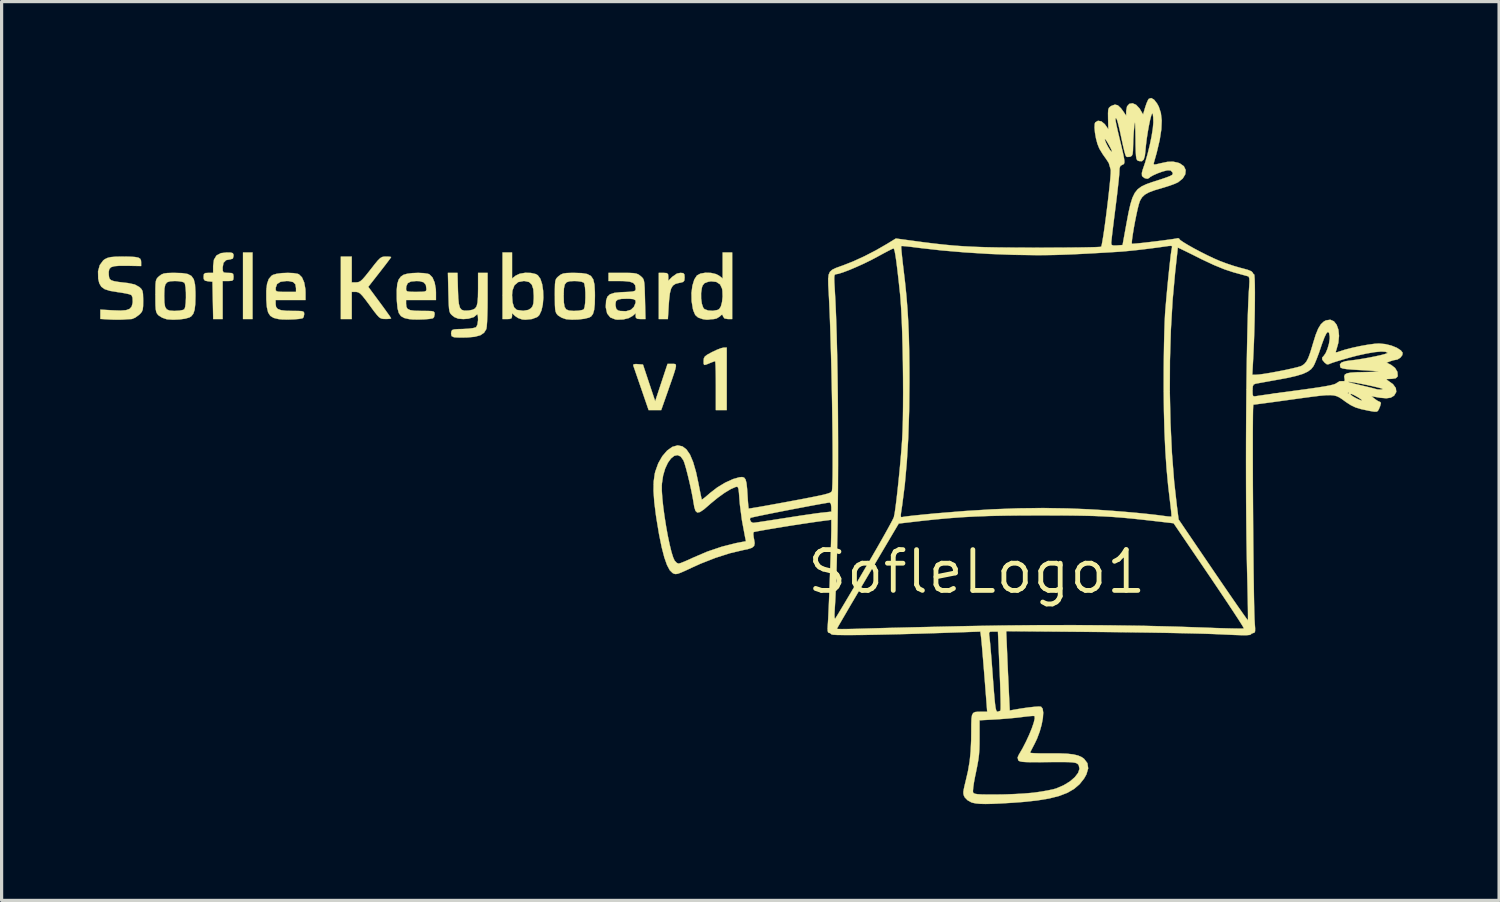
<source format=kicad_pcb>
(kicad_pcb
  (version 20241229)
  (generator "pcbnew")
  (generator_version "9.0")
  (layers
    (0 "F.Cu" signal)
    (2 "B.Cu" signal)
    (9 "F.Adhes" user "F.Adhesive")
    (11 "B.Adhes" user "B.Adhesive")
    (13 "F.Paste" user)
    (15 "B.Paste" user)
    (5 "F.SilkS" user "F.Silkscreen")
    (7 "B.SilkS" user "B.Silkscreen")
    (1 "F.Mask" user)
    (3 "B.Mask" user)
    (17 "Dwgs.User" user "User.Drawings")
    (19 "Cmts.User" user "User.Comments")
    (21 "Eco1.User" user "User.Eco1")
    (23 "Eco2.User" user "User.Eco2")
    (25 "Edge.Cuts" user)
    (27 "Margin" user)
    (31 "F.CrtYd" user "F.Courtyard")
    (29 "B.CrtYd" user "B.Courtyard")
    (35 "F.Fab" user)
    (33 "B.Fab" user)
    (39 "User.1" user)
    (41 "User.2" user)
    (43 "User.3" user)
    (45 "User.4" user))
  (footprint "SofleLogo1"
    (layer "F.Cu")
    (at 27.382 14.765)
    (property "Reference" "SofleLogo1" (at 0 0 0) (layer "F.SilkS") (effects (font (size 1.27 1.27) (thickness 0.15))))
    (attr through_hole)
    (fp_poly (pts (xy -22.564 -7.874) (xy -22.86 -7.874) (xy -22.86 -9.948) (xy -22.564 -9.948) (xy -22.564 -7.874)) (stroke (width 0.01) (type solid)) (fill yes) (layer "F.SilkS"))
    (fp_poly (pts (xy -9.658 -9.306) (xy -9.617 -9.27) (xy -9.61 -9.19) (xy -9.61 -9.066) (xy -9.486 -9.19) (xy -9.341 -9.291) (xy -9.232 -9.313) (xy -9.143 -9.305) (xy -9.108 -9.262) (xy -9.102 -9.171) (xy -9.109 -9.078) (xy -9.146 -9.031) (xy -9.238 -9.006) (xy -9.27 -9.001) (xy -9.384 -8.972) (xy -9.466 -8.917) (xy -9.522 -8.825) (xy -9.56 -8.681) (xy -9.584 -8.473) (xy -9.595 -8.326) (xy -9.623 -7.874) (xy -9.906 -7.874) (xy -9.906 -9.313) (xy -9.758 -9.313) (xy -9.658 -9.306)) (stroke (width 0.01) (type solid)) (fill yes) (layer "F.SilkS"))
    (fp_poly (pts (xy -7.789 -5.038) (xy -8.128 -5.038) (xy -8.128 -5.8) (xy -8.129 -6.043) (xy -8.132 -6.254) (xy -8.137 -6.42) (xy -8.144 -6.527) (xy -8.151 -6.562) (xy -8.201 -6.547) (xy -8.297 -6.51) (xy -8.325 -6.498) (xy -8.437 -6.453) (xy -8.491 -6.445) (xy -8.508 -6.484) (xy -8.509 -6.572) (xy -8.502 -6.648) (xy -8.471 -6.706) (xy -8.399 -6.762) (xy -8.269 -6.833) (xy -8.243 -6.847) (xy -8.095 -6.917) (xy -7.966 -6.966) (xy -7.883 -6.985) (xy -7.789 -6.985) (xy -7.789 -5.038)) (stroke (width 0.01) (type solid)) (fill yes) (layer "F.SilkS"))
    (fp_poly (pts (xy -9.396 -6.471) (xy -9.374 -6.449) (xy -9.372 -6.4) (xy -9.391 -6.314) (xy -9.432 -6.181) (xy -9.496 -5.991) (xy -9.587 -5.734) (xy -9.614 -5.654) (xy -9.831 -5.038) (xy -10.027 -5.038) (xy -10.223 -5.038) (xy -10.452 -5.705) (xy -10.53 -5.931) (xy -10.599 -6.131) (xy -10.654 -6.291) (xy -10.69 -6.395) (xy -10.701 -6.427) (xy -10.692 -6.463) (xy -10.619 -6.473) (xy -10.56 -6.469) (xy -10.399 -6.456) (xy -10.209 -5.884) (xy -10.018 -5.313) (xy -9.826 -5.895) (xy -9.633 -6.477) (xy -9.49 -6.477) (xy -9.435 -6.477) (xy -9.396 -6.471)) (stroke (width 0.01) (type solid)) (fill yes) (layer "F.SilkS"))
    (fp_poly (pts (xy -23.244 -9.945) (xy -23.18 -9.928) (xy -23.158 -9.886) (xy -23.156 -9.842) (xy -23.176 -9.76) (xy -23.244 -9.737) (xy -23.387 -9.71) (xy -23.469 -9.626) (xy -23.495 -9.481) (xy -23.491 -9.374) (xy -23.462 -9.326) (xy -23.384 -9.314) (xy -23.326 -9.313) (xy -23.217 -9.308) (xy -23.169 -9.281) (xy -23.157 -9.214) (xy -23.156 -9.186) (xy -23.163 -9.105) (xy -23.199 -9.069) (xy -23.289 -9.06) (xy -23.326 -9.059) (xy -23.495 -9.059) (xy -23.495 -7.874) (xy -23.789 -7.874) (xy -23.812 -9.038) (xy -23.95 -9.051) (xy -24.046 -9.071) (xy -24.083 -9.12) (xy -24.088 -9.189) (xy -24.079 -9.273) (xy -24.036 -9.307) (xy -23.939 -9.313) (xy -23.791 -9.313) (xy -23.791 -9.527) (xy -23.766 -9.723) (xy -23.687 -9.855) (xy -23.548 -9.928) (xy -23.37 -9.948) (xy -23.244 -9.945)) (stroke (width 0.01) (type solid)) (fill yes) (layer "F.SilkS"))
    (fp_poly (pts (xy -19.473 -9.017) (xy -19.335 -9.017) (xy -19.271 -9.023) (xy -19.211 -9.049) (xy -19.144 -9.105) (xy -19.056 -9.204) (xy -18.934 -9.356) (xy -18.885 -9.419) (xy -18.752 -9.589) (xy -18.657 -9.703) (xy -18.586 -9.772) (xy -18.526 -9.807) (xy -18.464 -9.82) (xy -18.41 -9.821) (xy -18.306 -9.818) (xy -18.249 -9.808) (xy -18.246 -9.805) (xy -18.27 -9.767) (xy -18.338 -9.676) (xy -18.439 -9.543) (xy -18.564 -9.382) (xy -18.602 -9.333) (xy -18.958 -8.878) (xy -18.602 -8.397) (xy -18.474 -8.223) (xy -18.367 -8.074) (xy -18.288 -7.963) (xy -18.249 -7.902) (xy -18.246 -7.895) (xy -18.283 -7.883) (xy -18.378 -7.877) (xy -18.426 -7.877) (xy -18.502 -7.88) (xy -18.563 -7.895) (xy -18.622 -7.933) (xy -18.69 -8.006) (xy -18.783 -8.124) (xy -18.911 -8.299) (xy -18.912 -8.3) (xy -19.045 -8.479) (xy -19.141 -8.599) (xy -19.213 -8.672) (xy -19.272 -8.708) (xy -19.33 -8.72) (xy -19.346 -8.721) (xy -19.473 -8.721) (xy -19.473 -7.874) (xy -19.812 -7.874) (xy -19.812 -9.821) (xy -19.473 -9.821) (xy -19.473 -9.017)) (stroke (width 0.01) (type solid)) (fill yes) (layer "F.SilkS"))
    (fp_poly (pts (xy -14.478 -9.138) (xy -14.366 -9.226) (xy -14.239 -9.286) (xy -14.069 -9.315) (xy -13.892 -9.311) (xy -13.74 -9.276) (xy -13.676 -9.239) (xy -13.596 -9.129) (xy -13.541 -8.962) (xy -13.51 -8.76) (xy -13.503 -8.541) (xy -13.52 -8.328) (xy -13.562 -8.141) (xy -13.627 -8.001) (xy -13.686 -7.941) (xy -13.855 -7.875) (xy -14.061 -7.854) (xy -14.161 -7.862) (xy -14.288 -7.906) (xy -14.383 -7.969) (xy -14.478 -8.058) (xy -14.478 -7.966) (xy -14.492 -7.903) (xy -14.55 -7.878) (xy -14.626 -7.874) (xy -14.774 -7.874) (xy -14.774 -8.62) (xy -14.478 -8.62) (xy -14.462 -8.391) (xy -14.414 -8.238) (xy -14.335 -8.162) (xy -14.322 -8.158) (xy -14.13 -8.132) (xy -13.971 -8.159) (xy -13.885 -8.213) (xy -13.838 -8.277) (xy -13.812 -8.368) (xy -13.802 -8.508) (xy -13.801 -8.594) (xy -13.815 -8.805) (xy -13.862 -8.947) (xy -13.948 -9.028) (xy -14.081 -9.058) (xy -14.12 -9.059) (xy -14.288 -9.026) (xy -14.404 -8.926) (xy -14.466 -8.761) (xy -14.478 -8.62) (xy -14.774 -8.62) (xy -14.774 -9.948) (xy -14.478 -9.948) (xy -14.478 -9.138)) (stroke (width 0.01) (type solid)) (fill yes) (layer "F.SilkS"))
    (fp_poly (pts (xy -7.62 -7.874) (xy -7.751 -7.874) (xy -7.858 -7.893) (xy -7.903 -7.955) (xy -7.922 -8.009) (xy -7.953 -8.004) (xy -8.005 -7.955) (xy -8.104 -7.893) (xy -8.188 -7.874) (xy -8.292 -7.867) (xy -8.347 -7.857) (xy -8.425 -7.855) (xy -8.537 -7.872) (xy -8.54 -7.873) (xy -8.681 -7.922) (xy -8.77 -8.001) (xy -8.827 -8.133) (xy -8.843 -8.19) (xy -8.883 -8.433) (xy -8.887 -8.681) (xy -8.887 -8.686) (xy -8.588 -8.686) (xy -8.587 -8.511) (xy -8.564 -8.35) (xy -8.522 -8.229) (xy -8.486 -8.185) (xy -8.37 -8.141) (xy -8.221 -8.131) (xy -8.081 -8.156) (xy -8.025 -8.184) (xy -7.972 -8.266) (xy -7.935 -8.405) (xy -7.917 -8.575) (xy -7.923 -8.752) (xy -7.933 -8.819) (xy -7.996 -8.954) (xy -8.115 -9.032) (xy -8.278 -9.05) (xy -8.373 -9.034) (xy -8.483 -8.992) (xy -8.541 -8.918) (xy -8.564 -8.848) (xy -8.588 -8.686) (xy -8.887 -8.686) (xy -8.859 -8.911) (xy -8.8 -9.104) (xy -8.718 -9.231) (xy -8.609 -9.29) (xy -8.453 -9.317) (xy -8.28 -9.312) (xy -8.122 -9.275) (xy -8.028 -9.226) (xy -7.916 -9.138) (xy -7.916 -9.948) (xy -7.62 -9.948) (xy -7.62 -7.874)) (stroke (width 0.01) (type solid)) (fill yes) (layer "F.SilkS"))
    (fp_poly (pts (xy -21.291 -9.306) (xy -21.156 -9.283) (xy -21.118 -9.268) (xy -21.023 -9.173) (xy -20.954 -9.013) (xy -20.917 -8.807) (xy -20.913 -8.701) (xy -20.913 -8.467) (xy -21.844 -8.467) (xy -21.844 -8.341) (xy -21.83 -8.25) (xy -21.778 -8.188) (xy -21.678 -8.151) (xy -21.516 -8.132) (xy -21.318 -8.128) (xy -21.143 -8.127) (xy -21.035 -8.121) (xy -20.98 -8.105) (xy -20.958 -8.074) (xy -20.955 -8.023) (xy -20.955 -8.021) (xy -20.973 -7.934) (xy -21.008 -7.897) (xy -21.118 -7.878) (xy -21.28 -7.865) (xy -21.463 -7.859) (xy -21.634 -7.862) (xy -21.751 -7.873) (xy -21.904 -7.91) (xy -22.01 -7.974) (xy -22.078 -8.08) (xy -22.116 -8.241) (xy -22.134 -8.472) (xy -22.134 -8.475) (xy -22.135 -8.759) (xy -22.128 -8.823) (xy -21.844 -8.823) (xy -21.84 -8.771) (xy -21.815 -8.741) (xy -21.752 -8.726) (xy -21.632 -8.721) (xy -21.526 -8.721) (xy -21.209 -8.721) (xy -21.209 -8.839) (xy -21.229 -8.958) (xy -21.299 -9.027) (xy -21.431 -9.057) (xy -21.511 -9.059) (xy -21.69 -9.036) (xy -21.8 -8.966) (xy -21.843 -8.847) (xy -21.844 -8.823) (xy -22.128 -8.823) (xy -22.111 -8.971) (xy -22.058 -9.122) (xy -21.975 -9.22) (xy -21.929 -9.25) (xy -21.814 -9.284) (xy -21.65 -9.306) (xy -21.465 -9.313) (xy -21.291 -9.306)) (stroke (width 0.01) (type solid)) (fill yes) (layer "F.SilkS"))
    (fp_poly (pts (xy -17.229 -9.305) (xy -17.094 -9.283) (xy -17.054 -9.268) (xy -16.959 -9.173) (xy -16.89 -9.013) (xy -16.853 -8.807) (xy -16.849 -8.701) (xy -16.849 -8.467) (xy -17.78 -8.467) (xy -17.78 -8.348) (xy -17.77 -8.253) (xy -17.732 -8.19) (xy -17.651 -8.152) (xy -17.514 -8.133) (xy -17.307 -8.128) (xy -17.285 -8.128) (xy -17.101 -8.127) (xy -16.985 -8.122) (xy -16.923 -8.108) (xy -16.897 -8.081) (xy -16.891 -8.037) (xy -16.891 -8.021) (xy -16.909 -7.934) (xy -16.944 -7.897) (xy -17.054 -7.878) (xy -17.216 -7.865) (xy -17.399 -7.859) (xy -17.57 -7.862) (xy -17.687 -7.873) (xy -17.835 -7.907) (xy -17.939 -7.966) (xy -18.007 -8.063) (xy -18.046 -8.212) (xy -18.066 -8.427) (xy -18.07 -8.513) (xy -18.071 -8.775) (xy -18.068 -8.808) (xy -17.78 -8.808) (xy -17.773 -8.763) (xy -17.741 -8.737) (xy -17.665 -8.725) (xy -17.529 -8.721) (xy -17.462 -8.721) (xy -17.3 -8.723) (xy -17.205 -8.731) (xy -17.16 -8.752) (xy -17.146 -8.79) (xy -17.145 -8.808) (xy -17.164 -8.94) (xy -17.231 -9.019) (xy -17.358 -9.055) (xy -17.462 -9.059) (xy -17.629 -9.044) (xy -17.729 -8.991) (xy -17.774 -8.891) (xy -17.78 -8.808) (xy -18.068 -8.808) (xy -18.053 -8.967) (xy -18.011 -9.103) (xy -17.942 -9.197) (xy -17.861 -9.252) (xy -17.748 -9.285) (xy -17.586 -9.306) (xy -17.402 -9.313) (xy -17.229 -9.305)) (stroke (width 0.01) (type solid)) (fill yes) (layer "F.SilkS"))
    (fp_poly (pts (xy -24.758 -9.306) (xy -24.584 -9.278) (xy -24.467 -9.216) (xy -24.394 -9.11) (xy -24.356 -8.948) (xy -24.343 -8.718) (xy -24.342 -8.594) (xy -24.348 -8.342) (xy -24.369 -8.162) (xy -24.41 -8.039) (xy -24.473 -7.96) (xy -24.53 -7.925) (xy -24.664 -7.886) (xy -24.846 -7.862) (xy -25.04 -7.854) (xy -25.211 -7.865) (xy -25.245 -7.871) (xy -25.378 -7.917) (xy -25.489 -7.987) (xy -25.499 -7.996) (xy -25.538 -8.042) (xy -25.564 -8.098) (xy -25.58 -8.181) (xy -25.588 -8.307) (xy -25.59 -8.494) (xy -25.59 -8.594) (xy -25.315 -8.594) (xy -25.31 -8.389) (xy -25.288 -8.255) (xy -25.238 -8.176) (xy -25.151 -8.139) (xy -25.015 -8.128) (xy -24.984 -8.128) (xy -24.842 -8.136) (xy -24.731 -8.158) (xy -24.689 -8.179) (xy -24.663 -8.248) (xy -24.646 -8.375) (xy -24.638 -8.537) (xy -24.639 -8.706) (xy -24.65 -8.859) (xy -24.67 -8.97) (xy -24.689 -9.009) (xy -24.757 -9.036) (xy -24.879 -9.055) (xy -24.984 -9.059) (xy -25.129 -9.052) (xy -25.225 -9.021) (xy -25.281 -8.951) (xy -25.308 -8.828) (xy -25.315 -8.638) (xy -25.315 -8.594) (xy -25.59 -8.594) (xy -25.59 -8.599) (xy -25.59 -8.814) (xy -25.586 -8.961) (xy -25.575 -9.058) (xy -25.554 -9.121) (xy -25.52 -9.167) (xy -25.472 -9.211) (xy -25.403 -9.262) (xy -25.327 -9.293) (xy -25.22 -9.308) (xy -25.059 -9.313) (xy -24.997 -9.313) (xy -24.758 -9.306)) (stroke (width 0.01) (type solid)) (fill yes) (layer "F.SilkS"))
    (fp_poly (pts (xy -16.164 -8.781) (xy -16.154 -8.527) (xy -16.135 -8.346) (xy -16.102 -8.228) (xy -16.048 -8.162) (xy -15.966 -8.136) (xy -15.852 -8.139) (xy -15.813 -8.143) (xy -15.706 -8.164) (xy -15.63 -8.204) (xy -15.581 -8.275) (xy -15.553 -8.392) (xy -15.54 -8.566) (xy -15.536 -8.812) (xy -15.536 -8.813) (xy -15.536 -9.313) (xy -15.24 -9.313) (xy -15.24 -8.491) (xy -15.242 -8.228) (xy -15.248 -7.989) (xy -15.256 -7.789) (xy -15.267 -7.642) (xy -15.28 -7.563) (xy -15.28 -7.561) (xy -15.351 -7.447) (xy -15.468 -7.369) (xy -15.643 -7.322) (xy -15.863 -7.302) (xy -16.035 -7.298) (xy -16.184 -7.3) (xy -16.282 -7.307) (xy -16.29 -7.309) (xy -16.362 -7.344) (xy -16.377 -7.423) (xy -16.375 -7.443) (xy -16.365 -7.499) (xy -16.34 -7.533) (xy -16.282 -7.551) (xy -16.173 -7.56) (xy -16.01 -7.564) (xy -15.834 -7.574) (xy -15.692 -7.592) (xy -15.606 -7.617) (xy -15.597 -7.622) (xy -15.556 -7.702) (xy -15.537 -7.839) (xy -15.537 -7.869) (xy -15.543 -7.973) (xy -15.558 -8.022) (xy -15.569 -8.018) (xy -15.673 -7.934) (xy -15.842 -7.885) (xy -15.997 -7.874) (xy -16.156 -7.887) (xy -16.272 -7.934) (xy -16.328 -7.976) (xy -16.374 -8.018) (xy -16.407 -8.061) (xy -16.428 -8.12) (xy -16.442 -8.21) (xy -16.451 -8.345) (xy -16.457 -8.541) (xy -16.461 -8.696) (xy -16.476 -9.313) (xy -16.178 -9.313) (xy -16.164 -8.781)) (stroke (width 0.01) (type solid)) (fill yes) (layer "F.SilkS"))
    (fp_poly (pts (xy -12.312 -9.306) (xy -12.138 -9.278) (xy -12.02 -9.216) (xy -11.948 -9.11) (xy -11.91 -8.947) (xy -11.897 -8.717) (xy -11.896 -8.594) (xy -11.901 -8.34) (xy -11.921 -8.157) (xy -11.957 -8.034) (xy -12.013 -7.957) (xy -12.078 -7.92) (xy -12.227 -7.883) (xy -12.421 -7.86) (xy -12.62 -7.855) (xy -12.787 -7.869) (xy -12.799 -7.871) (xy -12.932 -7.917) (xy -13.043 -7.987) (xy -13.053 -7.996) (xy -13.092 -8.042) (xy -13.118 -8.098) (xy -13.134 -8.181) (xy -13.142 -8.307) (xy -13.144 -8.494) (xy -13.144 -8.594) (xy -12.869 -8.594) (xy -12.864 -8.389) (xy -12.842 -8.255) (xy -12.792 -8.176) (xy -12.705 -8.139) (xy -12.569 -8.128) (xy -12.538 -8.128) (xy -12.396 -8.136) (xy -12.285 -8.158) (xy -12.243 -8.179) (xy -12.217 -8.248) (xy -12.2 -8.375) (xy -12.192 -8.537) (xy -12.193 -8.706) (xy -12.204 -8.859) (xy -12.224 -8.97) (xy -12.243 -9.009) (xy -12.311 -9.036) (xy -12.433 -9.055) (xy -12.538 -9.059) (xy -12.683 -9.052) (xy -12.779 -9.021) (xy -12.835 -8.951) (xy -12.862 -8.828) (xy -12.869 -8.638) (xy -12.869 -8.594) (xy -13.144 -8.594) (xy -13.145 -8.599) (xy -13.144 -8.814) (xy -13.14 -8.961) (xy -13.129 -9.058) (xy -13.108 -9.121) (xy -13.074 -9.167) (xy -13.026 -9.211) (xy -12.957 -9.262) (xy -12.881 -9.293) (xy -12.774 -9.308) (xy -12.613 -9.313) (xy -12.551 -9.313) (xy -12.312 -9.306)) (stroke (width 0.01) (type solid)) (fill yes) (layer "F.SilkS"))
    (fp_poly (pts (xy -10.828 -9.312) (xy -10.691 -9.305) (xy -10.599 -9.288) (xy -10.533 -9.26) (xy -10.473 -9.214) (xy -10.469 -9.211) (xy -10.423 -9.169) (xy -10.39 -9.126) (xy -10.369 -9.068) (xy -10.355 -8.978) (xy -10.346 -8.842) (xy -10.34 -8.646) (xy -10.336 -8.492) (xy -10.321 -7.874) (xy -10.474 -7.874) (xy -10.576 -7.882) (xy -10.619 -7.917) (xy -10.626 -7.966) (xy -10.626 -8.058) (xy -10.721 -7.972) (xy -10.843 -7.904) (xy -11.013 -7.862) (xy -11.194 -7.855) (xy -11.261 -7.863) (xy -11.417 -7.925) (xy -11.515 -8.048) (xy -11.556 -8.233) (xy -11.557 -8.279) (xy -11.553 -8.344) (xy -11.256 -8.344) (xy -11.253 -8.293) (xy -11.231 -8.191) (xy -11.176 -8.143) (xy -11.113 -8.126) (xy -10.925 -8.118) (xy -10.776 -8.162) (xy -10.682 -8.252) (xy -10.68 -8.257) (xy -10.628 -8.38) (xy -10.63 -8.456) (xy -10.695 -8.495) (xy -10.832 -8.508) (xy -10.89 -8.508) (xy -11.072 -8.502) (xy -11.185 -8.478) (xy -11.241 -8.428) (xy -11.256 -8.344) (xy -11.553 -8.344) (xy -11.547 -8.451) (xy -11.507 -8.57) (xy -11.426 -8.646) (xy -11.289 -8.69) (xy -11.085 -8.711) (xy -11.01 -8.714) (xy -10.829 -8.722) (xy -10.716 -8.733) (xy -10.655 -8.751) (xy -10.63 -8.78) (xy -10.626 -8.826) (xy -10.626 -8.828) (xy -10.642 -8.93) (xy -10.7 -8.999) (xy -10.812 -9.039) (xy -10.988 -9.057) (xy -11.116 -9.059) (xy -11.472 -9.059) (xy -11.472 -9.313) (xy -11.03 -9.313) (xy -10.828 -9.312)) (stroke (width 0.01) (type solid)) (fill yes) (layer "F.SilkS"))
    (fp_poly (pts (xy -26.392 -9.818) (xy -26.227 -9.808) (xy -26.122 -9.788) (xy -26.064 -9.753) (xy -26.039 -9.7) (xy -26.035 -9.647) (xy -26.035 -9.526) (xy -26.476 -9.534) (xy -26.71 -9.534) (xy -26.872 -9.521) (xy -26.973 -9.489) (xy -27.027 -9.431) (xy -27.045 -9.343) (xy -27.043 -9.255) (xy -27.034 -9.177) (xy -27.013 -9.122) (xy -26.966 -9.083) (xy -26.879 -9.054) (xy -26.739 -9.03) (xy -26.533 -9.005) (xy -26.446 -8.996) (xy -26.234 -8.951) (xy -26.088 -8.87) (xy -26.087 -8.869) (xy -26.028 -8.812) (xy -25.993 -8.75) (xy -25.977 -8.659) (xy -25.972 -8.517) (xy -25.971 -8.446) (xy -25.973 -8.279) (xy -25.985 -8.173) (xy -26.012 -8.101) (xy -26.064 -8.039) (xy -26.11 -7.998) (xy -26.217 -7.92) (xy -26.318 -7.877) (xy -26.343 -7.874) (xy -26.452 -7.869) (xy -26.583 -7.859) (xy -26.585 -7.859) (xy -26.707 -7.854) (xy -26.873 -7.855) (xy -27.019 -7.861) (xy -27.305 -7.878) (xy -27.305 -8.168) (xy -26.913 -8.146) (xy -26.674 -8.138) (xy -26.505 -8.151) (xy -26.395 -8.19) (xy -26.331 -8.26) (xy -26.302 -8.366) (xy -26.297 -8.408) (xy -26.302 -8.541) (xy -26.336 -8.62) (xy -26.34 -8.623) (xy -26.405 -8.648) (xy -26.531 -8.676) (xy -26.696 -8.704) (xy -26.772 -8.714) (xy -27.006 -8.753) (xy -27.169 -8.805) (xy -27.276 -8.882) (xy -27.339 -8.992) (xy -27.372 -9.133) (xy -27.377 -9.362) (xy -27.323 -9.556) (xy -27.215 -9.702) (xy -27.165 -9.739) (xy -27.08 -9.78) (xy -26.975 -9.805) (xy -26.828 -9.817) (xy -26.628 -9.821) (xy -26.392 -9.818)) (stroke (width 0.01) (type solid)) (fill yes) (layer "F.SilkS"))
    (fp_poly (pts (xy 5.525 -14.71) (xy 5.617 -14.593) (xy 5.672 -14.492) (xy 5.737 -14.296) (xy 5.764 -14.063) (xy 5.752 -13.785) (xy 5.701 -13.454) (xy 5.609 -13.063) (xy 5.523 -12.758) (xy 5.512 -12.708) (xy 5.529 -12.688) (xy 5.593 -12.695) (xy 5.72 -12.726) (xy 5.721 -12.726) (xy 5.94 -12.772) (xy 6.113 -12.779) (xy 6.267 -12.747) (xy 6.329 -12.724) (xy 6.454 -12.636) (xy 6.51 -12.518) (xy 6.498 -12.385) (xy 6.419 -12.253) (xy 6.275 -12.137) (xy 6.169 -12.088) (xy 6.011 -12.03) (xy 5.831 -11.973) (xy 5.785 -11.96) (xy 5.539 -11.887) (xy 5.361 -11.82) (xy 5.237 -11.75) (xy 5.151 -11.668) (xy 5.09 -11.565) (xy 5.081 -11.543) (xy 5.051 -11.452) (xy 5.014 -11.306) (xy 4.974 -11.123) (xy 4.933 -10.92) (xy 4.895 -10.714) (xy 4.864 -10.524) (xy 4.841 -10.367) (xy 4.831 -10.26) (xy 4.835 -10.221) (xy 4.88 -10.221) (xy 4.992 -10.23) (xy 5.154 -10.246) (xy 5.349 -10.268) (xy 5.56 -10.293) (xy 5.769 -10.319) (xy 5.961 -10.345) (xy 6.118 -10.367) (xy 6.223 -10.385) (xy 6.255 -10.393) (xy 6.303 -10.387) (xy 6.308 -10.373) (xy 6.344 -10.333) (xy 6.442 -10.266) (xy 6.589 -10.177) (xy 6.77 -10.075) (xy 6.972 -9.968) (xy 7.18 -9.863) (xy 7.38 -9.768) (xy 7.559 -9.69) (xy 7.566 -9.687) (xy 7.781 -9.606) (xy 8.011 -9.529) (xy 8.218 -9.469) (xy 8.275 -9.455) (xy 8.445 -9.408) (xy 8.556 -9.363) (xy 8.594 -9.326) (xy 8.622 -9.275) (xy 8.641 -9.271) (xy 8.652 -9.23) (xy 8.66 -9.116) (xy 8.665 -8.939) (xy 8.667 -8.709) (xy 8.666 -8.437) (xy 8.663 -8.135) (xy 8.657 -7.812) (xy 8.648 -7.48) (xy 8.637 -7.15) (xy 8.623 -6.831) (xy 8.61 -6.572) (xy 8.586 -6.138) (xy 8.7 -6.138) (xy 8.808 -6.147) (xy 8.975 -6.17) (xy 9.179 -6.204) (xy 9.403 -6.246) (xy 9.626 -6.29) (xy 9.83 -6.335) (xy 9.995 -6.375) (xy 10.103 -6.407) (xy 10.122 -6.416) (xy 10.202 -6.469) (xy 10.27 -6.547) (xy 10.331 -6.663) (xy 10.393 -6.832) (xy 10.464 -7.066) (xy 10.478 -7.115) (xy 10.561 -7.382) (xy 10.64 -7.577) (xy 10.723 -7.712) (xy 10.816 -7.798) (xy 10.88 -7.832) (xy 11.016 -7.853) (xy 11.129 -7.804) (xy 11.214 -7.696) (xy 11.269 -7.541) (xy 11.288 -7.35) (xy 11.267 -7.136) (xy 11.204 -6.909) (xy 11.196 -6.889) (xy 11.184 -6.841) (xy 11.219 -6.837) (xy 11.288 -6.86) (xy 11.47 -6.919) (xy 11.701 -6.979) (xy 11.952 -7.033) (xy 12.198 -7.077) (xy 12.41 -7.105) (xy 12.533 -7.112) (xy 12.728 -7.094) (xy 12.921 -7.047) (xy 13.091 -6.978) (xy 13.216 -6.896) (xy 13.27 -6.825) (xy 13.26 -6.75) (xy 13.198 -6.67) (xy 13.11 -6.615) (xy 13.058 -6.604) (xy 12.979 -6.59) (xy 12.886 -6.56) (xy 12.77 -6.516) (xy 12.914 -6.444) (xy 13.035 -6.35) (xy 13.107 -6.229) (xy 13.117 -6.104) (xy 13.11 -6.08) (xy 13.056 -6.03) (xy 12.935 -6.011) (xy 12.902 -6.01) (xy 12.796 -6.006) (xy 12.763 -5.994) (xy 12.795 -5.968) (xy 12.806 -5.962) (xy 12.969 -5.846) (xy 13.058 -5.724) (xy 13.072 -5.603) (xy 13.007 -5.492) (xy 12.997 -5.483) (xy 12.899 -5.425) (xy 12.762 -5.406) (xy 12.571 -5.422) (xy 12.488 -5.436) (xy 12.298 -5.471) (xy 12.41 -5.381) (xy 12.5 -5.32) (xy 12.565 -5.292) (xy 12.568 -5.292) (xy 12.594 -5.259) (xy 12.569 -5.161) (xy 12.524 -5.055) (xy 12.496 -5.01) (xy 12.457 -4.988) (xy 12.384 -4.989) (xy 12.255 -5.01) (xy 12.199 -5.021) (xy 11.973 -5.069) (xy 11.803 -5.121) (xy 11.658 -5.19) (xy 11.509 -5.286) (xy 11.472 -5.313) (xy 11.38 -5.38) (xy 11.3 -5.432) (xy 11.221 -5.47) (xy 11.132 -5.494) (xy 11.022 -5.504) (xy 10.881 -5.501) (xy 10.698 -5.485) (xy 10.461 -5.456) (xy 10.16 -5.416) (xy 9.857 -5.374) (xy 9.548 -5.331) (xy 9.265 -5.292) (xy 9.02 -5.259) (xy 8.824 -5.233) (xy 8.688 -5.215) (xy 8.623 -5.207) (xy 8.619 -5.207) (xy 8.614 -5.166) (xy 8.609 -5.048) (xy 8.606 -4.861) (xy 8.604 -4.612) (xy 8.602 -4.309) (xy 8.602 -3.96) (xy 8.602 -3.573) (xy 8.603 -3.154) (xy 8.604 -2.713) (xy 8.607 -2.256) (xy 8.61 -1.791) (xy 8.613 -1.327) (xy 8.617 -0.87) (xy 8.622 -0.428) (xy 8.626 -0.009) (xy 8.632 0.379) (xy 8.637 0.728) (xy 8.643 1.032) (xy 8.649 1.281) (xy 8.655 1.469) (xy 8.662 1.588) (xy 8.662 1.598) (xy 8.674 1.759) (xy 8.673 1.852) (xy 8.655 1.895) (xy 8.624 1.905) (xy 8.557 1.93) (xy 8.543 1.951) (xy 8.51 1.966) (xy 8.42 1.975) (xy 8.267 1.976) (xy 8.044 1.969) (xy 7.745 1.956) (xy 7.597 1.949) (xy 7.39 1.94) (xy 7.109 1.93) (xy 6.763 1.921) (xy 6.363 1.912) (xy 5.919 1.903) (xy 5.442 1.895) (xy 4.941 1.888) (xy 4.426 1.881) (xy 3.908 1.876) (xy 3.793 1.875) (xy 0.918 1.851) (xy 0.947 2.524) (xy 0.959 2.815) (xy 0.973 3.135) (xy 0.988 3.448) (xy 1 3.718) (xy 1.002 3.759) (xy 1.029 4.322) (xy 1.139 4.302) (xy 1.383 4.26) (xy 1.608 4.228) (xy 1.797 4.207) (xy 1.936 4.198) (xy 2.005 4.204) (xy 2.054 4.266) (xy 2.072 4.389) (xy 2.061 4.559) (xy 2.023 4.761) (xy 1.962 4.979) (xy 1.88 5.198) (xy 1.81 5.345) (xy 1.74 5.48) (xy 1.686 5.584) (xy 1.66 5.636) (xy 1.66 5.637) (xy 1.695 5.646) (xy 1.799 5.653) (xy 1.959 5.658) (xy 2.159 5.658) (xy 2.231 5.658) (xy 2.558 5.658) (xy 2.813 5.668) (xy 3.009 5.69) (xy 3.157 5.725) (xy 3.271 5.775) (xy 3.344 5.827) (xy 3.448 5.962) (xy 3.473 6.125) (xy 3.417 6.314) (xy 3.344 6.443) (xy 3.205 6.618) (xy 3.035 6.764) (xy 2.825 6.886) (xy 2.568 6.985) (xy 2.255 7.064) (xy 1.878 7.126) (xy 1.431 7.173) (xy 1.123 7.196) (xy 0.77 7.217) (xy 0.491 7.23) (xy 0.273 7.234) (xy 0.105 7.23) (xy -0.024 7.218) (xy -0.126 7.197) (xy -0.168 7.184) (xy -0.286 7.118) (xy -0.374 7.027) (xy -0.378 7.02) (xy -0.406 6.959) (xy -0.417 6.892) (xy -0.411 6.835) (xy -0.118 6.835) (xy -0.114 6.873) (xy -0.094 6.899) (xy -0.051 6.918) (xy 0.028 6.93) (xy 0.156 6.938) (xy 0.344 6.941) (xy 0.602 6.941) (xy 0.885 6.937) (xy 1.186 6.925) (xy 1.474 6.909) (xy 1.717 6.888) (xy 1.778 6.882) (xy 1.997 6.851) (xy 2.209 6.814) (xy 2.384 6.777) (xy 2.477 6.751) (xy 2.705 6.653) (xy 2.901 6.534) (xy 3.054 6.403) (xy 3.158 6.268) (xy 3.202 6.141) (xy 3.179 6.029) (xy 3.151 5.993) (xy 3.118 5.969) (xy 3.069 5.951) (xy 2.991 5.939) (xy 2.873 5.931) (xy 2.704 5.928) (xy 2.472 5.928) (xy 2.208 5.93) (xy 1.912 5.933) (xy 1.689 5.933) (xy 1.529 5.929) (xy 1.42 5.921) (xy 1.352 5.908) (xy 1.312 5.89) (xy 1.293 5.87) (xy 1.274 5.785) (xy 1.309 5.705) (xy 1.425 5.507) (xy 1.535 5.293) (xy 1.634 5.079) (xy 1.717 4.877) (xy 1.776 4.704) (xy 1.807 4.573) (xy 1.803 4.5) (xy 1.799 4.495) (xy 1.751 4.491) (xy 1.64 4.499) (xy 1.486 4.516) (xy 1.419 4.525) (xy 1.218 4.549) (xy 0.971 4.572) (xy 0.715 4.592) (xy 0.574 4.601) (xy 0.088 4.627) (xy 0.088 5.132) (xy 0.087 5.362) (xy 0.082 5.544) (xy 0.07 5.702) (xy 0.05 5.861) (xy 0.017 6.045) (xy -0.03 6.278) (xy -0.051 6.376) (xy -0.086 6.562) (xy -0.109 6.722) (xy -0.118 6.835) (xy -0.411 6.835) (xy -0.408 6.799) (xy -0.378 6.659) (xy -0.347 6.533) (xy -0.272 6.208) (xy -0.22 5.904) (xy -0.189 5.594) (xy -0.173 5.248) (xy -0.17 4.989) (xy -0.169 4.747) (xy -0.163 4.576) (xy -0.146 4.465) (xy -0.11 4.401) (xy -0.051 4.37) (xy 0.04 4.361) (xy 0.145 4.36) (xy 0.326 4.36) (xy 0.311 4.159) (xy 0.278 3.732) (xy 0.247 3.333) (xy 0.218 2.971) (xy 0.192 2.655) (xy 0.17 2.396) (xy 0.153 2.203) (xy 0.141 2.085) (xy 0.119 1.897) (xy 0.385 1.897) (xy 0.388 1.977) (xy 0.395 2.021) (xy 0.405 2.111) (xy 0.421 2.269) (xy 0.439 2.482) (xy 0.46 2.733) (xy 0.481 3.009) (xy 0.487 3.09) (xy 0.514 3.451) (xy 0.536 3.737) (xy 0.555 3.956) (xy 0.571 4.117) (xy 0.586 4.228) (xy 0.602 4.3) (xy 0.618 4.34) (xy 0.636 4.357) (xy 0.656 4.36) (xy 0.727 4.334) (xy 0.74 4.32) (xy 0.745 4.268) (xy 0.746 4.143) (xy 0.743 3.956) (xy 0.737 3.718) (xy 0.728 3.439) (xy 0.716 3.131) (xy 0.713 3.071) (xy 0.661 1.863) (xy 0.516 1.863) (xy 0.422 1.867) (xy 0.385 1.897) (xy 0.119 1.897) (xy 0.115 1.863) (xy -0.482 1.884) (xy -1.087 1.905) (xy -1.659 1.923) (xy -2.195 1.939) (xy -2.689 1.951) (xy -3.135 1.961) (xy -3.528 1.968) (xy -3.864 1.971) (xy -4.136 1.971) (xy -4.34 1.969) (xy -4.47 1.962) (xy -4.521 1.953) (xy -4.521 1.952) (xy -4.571 1.909) (xy -4.598 1.905) (xy -4.63 1.89) (xy -4.645 1.836) (xy -4.645 1.778) (xy -4.358 1.778) (xy -4.319 1.783) (xy -4.207 1.785) (xy -4.037 1.784) (xy -3.821 1.78) (xy -3.572 1.773) (xy -3.545 1.772) (xy -3.347 1.766) (xy -3.075 1.758) (xy -2.741 1.749) (xy -2.355 1.74) (xy -1.93 1.729) (xy -1.475 1.719) (xy -1.002 1.708) (xy -0.522 1.697) (xy -0.275 1.692) (xy 0.826 1.673) (xy 1.941 1.663) (xy 3.052 1.662) (xy 4.144 1.669) (xy 5.2 1.684) (xy 6.205 1.709) (xy 7.141 1.741) (xy 7.146 1.741) (xy 7.45 1.753) (xy 7.726 1.761) (xy 7.962 1.767) (xy 8.148 1.77) (xy 8.272 1.77) (xy 8.324 1.766) (xy 8.324 1.765) (xy 8.306 1.727) (xy 8.244 1.625) (xy 8.144 1.468) (xy 8.009 1.262) (xy 7.845 1.014) (xy 7.656 0.731) (xy 7.447 0.42) (xy 7.241 0.115) (xy 6.135 -1.512) (xy 5.533 -1.582) (xy 5.161 -1.624) (xy 4.831 -1.659) (xy 4.528 -1.687) (xy 4.24 -1.709) (xy 3.952 -1.726) (xy 3.65 -1.739) (xy 3.32 -1.747) (xy 2.948 -1.753) (xy 2.521 -1.755) (xy 2.024 -1.756) (xy 1.99 -1.756) (xy 1.396 -1.755) (xy 0.871 -1.749) (xy 0.4 -1.739) (xy -0.033 -1.723) (xy -0.444 -1.701) (xy -0.848 -1.671) (xy -1.261 -1.634) (xy -1.699 -1.588) (xy -2.009 -1.552) (xy -2.43 -1.503) (xy -3.393 0.127) (xy -3.592 0.465) (xy -3.777 0.78) (xy -3.945 1.064) (xy -4.089 1.312) (xy -4.207 1.514) (xy -4.294 1.664) (xy -4.345 1.754) (xy -4.358 1.778) (xy -4.645 1.778) (xy -4.645 1.726) (xy -4.636 1.598) (xy -4.628 1.47) (xy -4.619 1.272) (xy -4.607 1.018) (xy -4.595 0.722) (xy -4.583 0.4) (xy -4.571 0.065) (xy -4.559 -0.269) (xy -4.549 -0.586) (xy -4.54 -0.872) (xy -4.534 -1.114) (xy -4.53 -1.296) (xy -4.53 -1.369) (xy -4.53 -1.62) (xy -4.752 -1.591) (xy -4.947 -1.565) (xy -5.181 -1.531) (xy -5.443 -1.492) (xy -5.718 -1.45) (xy -5.994 -1.406) (xy -6.258 -1.363) (xy -6.498 -1.322) (xy -6.699 -1.287) (xy -6.849 -1.259) (xy -6.936 -1.241) (xy -6.951 -1.235) (xy -6.961 -1.18) (xy -6.95 -1.075) (xy -6.939 -1.022) (xy -6.919 -0.893) (xy -6.936 -0.806) (xy -7.003 -0.748) (xy -7.133 -0.705) (xy -7.272 -0.677) (xy -7.688 -0.579) (xy -8.141 -0.434) (xy -8.608 -0.251) (xy -8.862 -0.136) (xy -9.068 -0.039) (xy -9.212 0.024) (xy -9.31 0.06) (xy -9.378 0.071) (xy -9.429 0.062) (xy -9.475 0.039) (xy -9.564 -0.048) (xy -9.65 -0.211) (xy -9.734 -0.45) (xy -9.816 -0.767) (xy -9.897 -1.165) (xy -9.977 -1.646) (xy -9.994 -1.757) (xy -10.046 -2.172) (xy -10.07 -2.52) (xy -10.07 -2.527) (xy -9.812 -2.527) (xy -9.796 -2.292) (xy -9.767 -2.018) (xy -9.727 -1.722) (xy -9.679 -1.419) (xy -9.626 -1.125) (xy -9.569 -0.854) (xy -9.513 -0.623) (xy -9.458 -0.447) (xy -9.414 -0.349) (xy -9.347 -0.278) (xy -9.29 -0.254) (xy -9.226 -0.271) (xy -9.106 -0.319) (xy -8.949 -0.387) (xy -8.836 -0.44) (xy -8.399 -0.627) (xy -7.944 -0.781) (xy -7.51 -0.891) (xy -7.465 -0.9) (xy -7.19 -0.952) (xy -7.217 -1.079) (xy -7.314 -1.599) (xy -7.317 -1.621) (xy -7.066 -1.621) (xy -7.03 -1.555) (xy -6.973 -1.524) (xy -6.916 -1.53) (xy -6.788 -1.548) (xy -6.603 -1.576) (xy -6.373 -1.611) (xy -6.112 -1.652) (xy -6.008 -1.668) (xy -5.72 -1.713) (xy -5.442 -1.756) (xy -5.19 -1.792) (xy -4.983 -1.822) (xy -4.837 -1.84) (xy -4.815 -1.842) (xy -4.53 -1.873) (xy -4.53 -2.016) (xy -4.544 -2.119) (xy -4.582 -2.158) (xy -4.583 -2.158) (xy -4.645 -2.15) (xy -4.775 -2.128) (xy -4.961 -2.095) (xy -5.188 -2.053) (xy -5.446 -2.004) (xy -5.72 -1.952) (xy -5.999 -1.898) (xy -6.269 -1.845) (xy -6.519 -1.795) (xy -6.735 -1.751) (xy -6.905 -1.715) (xy -7.016 -1.69) (xy -7.056 -1.679) (xy -7.066 -1.621) (xy -7.317 -1.621) (xy -7.377 -2.077) (xy -7.394 -2.276) (xy -7.408 -2.459) (xy -7.422 -2.573) (xy -7.44 -2.631) (xy -7.468 -2.65) (xy -7.509 -2.643) (xy -7.51 -2.643) (xy -7.662 -2.577) (xy -7.855 -2.461) (xy -8.07 -2.306) (xy -8.29 -2.126) (xy -8.338 -2.083) (xy -8.504 -1.94) (xy -8.624 -1.861) (xy -8.707 -1.846) (xy -8.762 -1.897) (xy -8.799 -2.014) (xy -8.817 -2.121) (xy -8.85 -2.315) (xy -8.895 -2.542) (xy -8.948 -2.783) (xy -9.004 -3.017) (xy -9.058 -3.225) (xy -9.106 -3.386) (xy -9.138 -3.471) (xy -9.222 -3.59) (xy -9.319 -3.635) (xy -9.423 -3.613) (xy -9.526 -3.531) (xy -9.623 -3.396) (xy -9.707 -3.217) (xy -9.771 -3.001) (xy -9.808 -2.755) (xy -9.812 -2.709) (xy -9.812 -2.527) (xy -10.07 -2.527) (xy -10.065 -2.81) (xy -10.031 -3.056) (xy -10.013 -3.128) (xy -9.922 -3.381) (xy -9.797 -3.6) (xy -9.648 -3.774) (xy -9.486 -3.891) (xy -9.323 -3.937) (xy -9.31 -3.937) (xy -9.169 -3.907) (xy -9.045 -3.813) (xy -8.934 -3.652) (xy -8.836 -3.418) (xy -8.746 -3.109) (xy -8.672 -2.763) (xy -8.634 -2.568) (xy -8.602 -2.407) (xy -8.578 -2.295) (xy -8.566 -2.249) (xy -8.566 -2.249) (xy -8.532 -2.268) (xy -8.451 -2.331) (xy -8.34 -2.426) (xy -8.31 -2.453) (xy -8.086 -2.626) (xy -7.837 -2.777) (xy -7.59 -2.889) (xy -7.401 -2.943) (xy -7.311 -2.952) (xy -7.247 -2.934) (xy -7.203 -2.876) (xy -7.174 -2.766) (xy -7.155 -2.593) (xy -7.142 -2.399) (xy -7.131 -2.221) (xy -7.119 -2.078) (xy -7.109 -1.99) (xy -7.105 -1.97) (xy -7.061 -1.974) (xy -6.945 -1.993) (xy -6.765 -2.023) (xy -6.534 -2.064) (xy -6.259 -2.114) (xy -5.953 -2.17) (xy -5.813 -2.196) (xy -5.449 -2.264) (xy -5.161 -2.32) (xy -4.938 -2.365) (xy -4.773 -2.401) (xy -4.657 -2.432) (xy -4.581 -2.458) (xy -4.537 -2.483) (xy -4.516 -2.508) (xy -4.511 -2.519) (xy -4.502 -2.6) (xy -4.495 -2.757) (xy -4.49 -2.983) (xy -4.488 -3.269) (xy -4.488 -3.606) (xy -4.49 -3.986) (xy -4.494 -4.401) (xy -4.5 -4.844) (xy -4.507 -5.304) (xy -4.516 -5.776) (xy -4.526 -6.249) (xy -4.538 -6.716) (xy -4.551 -7.168) (xy -4.564 -7.598) (xy -4.579 -7.997) (xy -4.594 -8.356) (xy -4.61 -8.668) (xy -4.61 -8.676) (xy -4.625 -8.933) (xy -4.628 -9.121) (xy -4.625 -9.147) (xy -4.44 -9.147) (xy -4.436 -9.011) (xy -4.427 -8.858) (xy -4.403 -8.435) (xy -4.382 -7.94) (xy -4.364 -7.384) (xy -4.349 -6.777) (xy -4.337 -6.129) (xy -4.328 -5.45) (xy -4.323 -4.749) (xy -4.32 -4.036) (xy -4.32 -3.322) (xy -4.323 -2.616) (xy -4.33 -1.928) (xy -4.339 -1.269) (xy -4.352 -0.647) (xy -4.367 -0.073) (xy -4.386 0.443) (xy -4.407 0.891) (xy -4.424 1.164) (xy -4.432 1.33) (xy -4.429 1.433) (xy -4.414 1.463) (xy -4.41 1.46) (xy -4.381 1.416) (xy -4.313 1.306) (xy -4.213 1.139) (xy -4.084 0.923) (xy -3.931 0.665) (xy -3.759 0.374) (xy -3.573 0.058) (xy -3.494 -0.077) (xy -3.302 -0.405) (xy -3.123 -0.715) (xy -2.961 -0.999) (xy -2.822 -1.246) (xy -2.71 -1.45) (xy -2.629 -1.601) (xy -2.586 -1.691) (xy -2.58 -1.707) (xy -2.572 -1.748) (xy -2.369 -1.748) (xy -2.358 -1.704) (xy -2.315 -1.705) (xy -2.303 -1.708) (xy -2.238 -1.719) (xy -2.103 -1.736) (xy -1.91 -1.757) (xy -1.673 -1.781) (xy -1.406 -1.807) (xy -1.291 -1.818) (xy -0.37 -1.893) (xy 0.485 -1.946) (xy 1.293 -1.977) (xy 2.069 -1.986) (xy 2.831 -1.974) (xy 3.493 -1.947) (xy 3.853 -1.925) (xy 4.237 -1.898) (xy 4.626 -1.867) (xy 5 -1.834) (xy 5.343 -1.799) (xy 5.635 -1.766) (xy 5.831 -1.74) (xy 5.957 -1.724) (xy 6.044 -1.718) (xy 6.067 -1.721) (xy 6.068 -1.766) (xy 6.059 -1.877) (xy 6.042 -2.034) (xy 6.027 -2.155) (xy 5.964 -2.689) (xy 5.914 -3.225) (xy 5.877 -3.779) (xy 5.85 -4.368) (xy 5.833 -5.005) (xy 5.827 -5.608) (xy 6.016 -5.608) (xy 6.037 -4.641) (xy 6.082 -3.7) (xy 6.152 -2.803) (xy 6.236 -2.053) (xy 6.29 -1.63) (xy 7.363 -0.051) (xy 7.584 0.273) (xy 7.79 0.574) (xy 7.977 0.846) (xy 8.139 1.08) (xy 8.273 1.271) (xy 8.372 1.411) (xy 8.432 1.493) (xy 8.45 1.513) (xy 8.452 1.469) (xy 8.452 1.349) (xy 8.45 1.165) (xy 8.446 0.924) (xy 8.44 0.637) (xy 8.433 0.313) (xy 8.424 -0.023) (xy 8.414 -0.5) (xy 8.405 -1.025) (xy 8.399 -1.588) (xy 8.394 -2.183) (xy 8.392 -2.801) (xy 8.391 -3.433) (xy 8.392 -4.07) (xy 8.395 -4.705) (xy 8.4 -5.329) (xy 8.403 -5.645) (xy 8.594 -5.645) (xy 8.597 -5.527) (xy 8.614 -5.474) (xy 8.661 -5.465) (xy 8.71 -5.473) (xy 8.782 -5.484) (xy 8.925 -5.505) (xy 9.128 -5.534) (xy 9.182 -5.541) (xy 11.641 -5.541) (xy 11.665 -5.506) (xy 11.736 -5.454) (xy 11.841 -5.397) (xy 11.943 -5.351) (xy 12.002 -5.334) (xy 11.995 -5.354) (xy 11.931 -5.403) (xy 11.874 -5.439) (xy 11.757 -5.505) (xy 11.675 -5.541) (xy 11.641 -5.541) (xy 9.182 -5.541) (xy 9.365 -5.567) (xy 11.557 -5.567) (xy 11.578 -5.546) (xy 11.599 -5.567) (xy 11.578 -5.588) (xy 11.557 -5.567) (xy 9.365 -5.567) (xy 9.379 -5.569) (xy 9.665 -5.608) (xy 9.974 -5.65) (xy 9.991 -5.652) (xy 10.355 -5.702) (xy 10.644 -5.744) (xy 10.864 -5.78) (xy 11.023 -5.811) (xy 11.129 -5.838) (xy 11.191 -5.863) (xy 11.21 -5.878) (xy 11.284 -5.922) (xy 11.578 -5.922) (xy 11.581 -5.913) (xy 11.654 -5.889) (xy 11.785 -5.855) (xy 11.937 -5.818) (xy 12.123 -5.774) (xy 12.279 -5.736) (xy 12.387 -5.709) (xy 12.424 -5.697) (xy 12.494 -5.681) (xy 12.576 -5.677) (xy 12.636 -5.684) (xy 12.645 -5.699) (xy 12.595 -5.718) (xy 12.48 -5.748) (xy 12.323 -5.785) (xy 12.141 -5.824) (xy 11.956 -5.861) (xy 11.787 -5.893) (xy 11.654 -5.914) (xy 11.578 -5.922) (xy 11.284 -5.922) (xy 11.298 -5.93) (xy 11.374 -5.933) (xy 11.452 -5.933) (xy 11.468 -5.973) (xy 11.463 -6.002) (xy 11.45 -6.085) (xy 11.47 -6.144) (xy 11.534 -6.182) (xy 11.652 -6.205) (xy 11.837 -6.217) (xy 12.01 -6.22) (xy 12.205 -6.224) (xy 12.367 -6.229) (xy 12.477 -6.235) (xy 12.52 -6.24) (xy 12.485 -6.247) (xy 12.381 -6.257) (xy 12.221 -6.269) (xy 12.021 -6.281) (xy 11.943 -6.285) (xy 11.692 -6.3) (xy 11.515 -6.316) (xy 11.402 -6.335) (xy 11.343 -6.358) (xy 11.329 -6.375) (xy 11.317 -6.462) (xy 11.366 -6.521) (xy 11.485 -6.56) (xy 11.612 -6.579) (xy 11.797 -6.602) (xy 12.003 -6.634) (xy 12.214 -6.671) (xy 12.414 -6.711) (xy 12.588 -6.749) (xy 12.719 -6.784) (xy 12.792 -6.811) (xy 12.802 -6.822) (xy 12.735 -6.855) (xy 12.598 -6.862) (xy 12.401 -6.844) (xy 12.154 -6.802) (xy 11.867 -6.739) (xy 11.659 -6.685) (xy 11.437 -6.622) (xy 11.243 -6.564) (xy 11.091 -6.516) (xy 10.998 -6.481) (xy 10.978 -6.47) (xy 10.913 -6.462) (xy 10.84 -6.517) (xy 10.767 -6.606) (xy 10.763 -6.672) (xy 10.814 -6.729) (xy 10.873 -6.814) (xy 10.93 -6.951) (xy 10.976 -7.11) (xy 10.999 -7.26) (xy 10.999 -7.329) (xy 10.978 -7.442) (xy 10.943 -7.476) (xy 10.896 -7.43) (xy 10.833 -7.302) (xy 10.755 -7.093) (xy 10.73 -7.019) (xy 10.661 -6.816) (xy 10.591 -6.63) (xy 10.53 -6.484) (xy 10.492 -6.406) (xy 10.419 -6.314) (xy 10.313 -6.236) (xy 10.164 -6.167) (xy 9.961 -6.105) (xy 9.694 -6.043) (xy 9.419 -5.992) (xy 9.19 -5.951) (xy 8.985 -5.914) (xy 8.82 -5.884) (xy 8.714 -5.865) (xy 8.689 -5.86) (xy 8.63 -5.836) (xy 8.602 -5.78) (xy 8.594 -5.668) (xy 8.594 -5.645) (xy 8.403 -5.645) (xy 8.406 -5.934) (xy 8.414 -6.511) (xy 8.424 -7.052) (xy 8.435 -7.549) (xy 8.447 -7.992) (xy 8.461 -8.375) (xy 8.476 -8.688) (xy 8.489 -8.88) (xy 8.498 -9.051) (xy 8.491 -9.153) (xy 8.468 -9.2) (xy 8.458 -9.205) (xy 8.395 -9.223) (xy 8.272 -9.257) (xy 8.108 -9.302) (xy 8.001 -9.331) (xy 7.721 -9.423) (xy 7.384 -9.561) (xy 6.999 -9.742) (xy 6.932 -9.776) (xy 6.717 -9.884) (xy 6.531 -9.976) (xy 6.386 -10.046) (xy 6.293 -10.09) (xy 6.265 -10.101) (xy 6.261 -10.057) (xy 6.249 -9.943) (xy 6.23 -9.771) (xy 6.207 -9.556) (xy 6.182 -9.331) (xy 6.103 -8.46) (xy 6.049 -7.537) (xy 6.02 -6.579) (xy 6.016 -5.608) (xy 5.827 -5.608) (xy 5.826 -5.707) (xy 5.826 -5.905) (xy 5.827 -6.315) (xy 5.831 -6.721) (xy 5.837 -7.109) (xy 5.846 -7.465) (xy 5.856 -7.775) (xy 5.868 -8.024) (xy 5.877 -8.149) (xy 5.904 -8.467) (xy 5.933 -8.789) (xy 5.963 -9.101) (xy 5.993 -9.392) (xy 6.021 -9.649) (xy 6.045 -9.859) (xy 6.066 -10.01) (xy 6.081 -10.09) (xy 6.081 -10.091) (xy 6.088 -10.139) (xy 6.056 -10.156) (xy 5.968 -10.15) (xy 5.913 -10.142) (xy 5.636 -10.103) (xy 5.334 -10.064) (xy 5.033 -10.028) (xy 4.756 -9.999) (xy 4.528 -9.978) (xy 4.445 -9.972) (xy 3.969 -9.943) (xy 3.565 -9.92) (xy 3.221 -9.902) (xy 2.925 -9.888) (xy 2.663 -9.878) (xy 2.423 -9.871) (xy 2.194 -9.867) (xy 1.963 -9.865) (xy 1.863 -9.865) (xy 1.141 -9.875) (xy 0.389 -9.904) (xy -0.365 -9.951) (xy -1.094 -10.013) (xy -1.77 -10.089) (xy -1.857 -10.1) (xy -2.048 -10.124) (xy -2.206 -10.142) (xy -2.314 -10.15) (xy -2.353 -10.149) (xy -2.353 -10.104) (xy -2.344 -9.99) (xy -2.327 -9.821) (xy -2.304 -9.613) (xy -2.288 -9.48) (xy -2.234 -9.024) (xy -2.191 -8.6) (xy -2.158 -8.191) (xy -2.133 -7.779) (xy -2.115 -7.348) (xy -2.104 -6.88) (xy -2.098 -6.358) (xy -2.097 -5.905) (xy -2.106 -5.005) (xy -2.133 -4.18) (xy -2.178 -3.42) (xy -2.241 -2.717) (xy -2.324 -2.064) (xy -2.356 -1.855) (xy -2.369 -1.748) (xy -2.572 -1.748) (xy -2.558 -1.814) (xy -2.532 -1.993) (xy -2.502 -2.228) (xy -2.47 -2.508) (xy -2.437 -2.817) (xy -2.404 -3.144) (xy -2.374 -3.473) (xy -2.347 -3.792) (xy -2.326 -4.087) (xy -2.324 -4.106) (xy -2.31 -4.392) (xy -2.3 -4.743) (xy -2.295 -5.145) (xy -2.293 -5.584) (xy -2.295 -6.046) (xy -2.3 -6.516) (xy -2.309 -6.98) (xy -2.321 -7.425) (xy -2.336 -7.836) (xy -2.354 -8.198) (xy -2.374 -8.498) (xy -2.386 -8.636) (xy -2.431 -9.056) (xy -2.47 -9.396) (xy -2.503 -9.662) (xy -2.532 -9.858) (xy -2.556 -9.989) (xy -2.577 -10.059) (xy -2.592 -10.075) (xy -2.642 -10.056) (xy -2.749 -10.002) (xy -2.899 -9.923) (xy -3.076 -9.827) (xy -3.082 -9.823) (xy -3.292 -9.712) (xy -3.521 -9.6) (xy -3.754 -9.495) (xy -3.973 -9.402) (xy -4.164 -9.33) (xy -4.31 -9.284) (xy -4.384 -9.271) (xy -4.416 -9.262) (xy -4.434 -9.226) (xy -4.44 -9.147) (xy -4.625 -9.147) (xy -4.614 -9.253) (xy -4.575 -9.344) (xy -4.503 -9.41) (xy -4.39 -9.465) (xy -4.23 -9.523) (xy -4.17 -9.544) (xy -3.852 -9.669) (xy -3.498 -9.831) (xy -3.136 -10.018) (xy -2.805 -10.209) (xy -2.519 -10.384) (xy -2.011 -10.315) (xy -1.64 -10.265) (xy -1.305 -10.224) (xy -0.994 -10.19) (xy -0.694 -10.162) (xy -0.391 -10.141) (xy -0.074 -10.125) (xy 0.27 -10.113) (xy 0.654 -10.105) (xy 1.092 -10.101) (xy 1.595 -10.099) (xy 1.87 -10.098) (xy 2.271 -10.099) (xy 2.646 -10.1) (xy 2.987 -10.103) (xy 3.285 -10.106) (xy 3.531 -10.111) (xy 3.718 -10.116) (xy 3.836 -10.122) (xy 3.877 -10.128) (xy 3.894 -10.181) (xy 3.905 -10.24) (xy 4.191 -10.24) (xy 4.202 -10.187) (xy 4.252 -10.166) (xy 4.361 -10.168) (xy 4.368 -10.168) (xy 4.544 -10.181) (xy 4.667 -10.858) (xy 4.73 -11.193) (xy 4.79 -11.455) (xy 4.852 -11.655) (xy 4.926 -11.806) (xy 5.017 -11.919) (xy 5.134 -12.005) (xy 5.284 -12.076) (xy 5.474 -12.143) (xy 5.503 -12.152) (xy 5.743 -12.229) (xy 5.913 -12.287) (xy 6.023 -12.33) (xy 6.085 -12.364) (xy 6.108 -12.395) (xy 6.105 -12.428) (xy 6.095 -12.448) (xy 6.043 -12.503) (xy 5.955 -12.509) (xy 5.915 -12.503) (xy 5.785 -12.469) (xy 5.639 -12.416) (xy 5.503 -12.356) (xy 5.404 -12.3) (xy 5.373 -12.27) (xy 5.315 -12.245) (xy 5.233 -12.264) (xy 5.164 -12.316) (xy 5.149 -12.342) (xy 5.145 -12.425) (xy 5.169 -12.52) (xy 5.248 -12.751) (xy 5.324 -13.018) (xy 5.393 -13.299) (xy 5.449 -13.571) (xy 5.487 -13.811) (xy 5.503 -13.996) (xy 5.503 -14.01) (xy 5.499 -14.159) (xy 5.487 -14.257) (xy 5.47 -14.288) (xy 5.467 -14.285) (xy 5.439 -14.22) (xy 5.404 -14.089) (xy 5.367 -13.912) (xy 5.33 -13.707) (xy 5.297 -13.492) (xy 5.272 -13.288) (xy 5.26 -13.156) (xy 5.239 -12.964) (xy 5.204 -12.846) (xy 5.148 -12.793) (xy 5.064 -12.796) (xy 5.022 -12.809) (xy 4.996 -12.83) (xy 4.976 -12.875) (xy 4.963 -12.958) (xy 4.955 -13.091) (xy 4.949 -13.286) (xy 4.947 -13.498) (xy 4.943 -13.737) (xy 4.939 -13.897) (xy 4.934 -13.982) (xy 4.927 -13.997) (xy 4.917 -13.947) (xy 4.909 -13.885) (xy 4.892 -13.695) (xy 4.879 -13.472) (xy 4.873 -13.285) (xy 4.868 -13.118) (xy 4.857 -13.017) (xy 4.833 -12.963) (xy 4.792 -12.936) (xy 4.779 -12.931) (xy 4.693 -12.924) (xy 4.653 -12.941) (xy 4.631 -12.995) (xy 4.597 -13.115) (xy 4.557 -13.284) (xy 4.513 -13.487) (xy 4.505 -13.527) (xy 4.461 -13.734) (xy 4.419 -13.912) (xy 4.384 -14.044) (xy 4.359 -14.112) (xy 4.356 -14.116) (xy 4.332 -14.134) (xy 4.322 -14.113) (xy 4.328 -14.046) (xy 4.352 -13.922) (xy 4.394 -13.733) (xy 4.442 -13.533) (xy 4.509 -13.254) (xy 4.557 -13.046) (xy 4.587 -12.899) (xy 4.601 -12.8) (xy 4.599 -12.739) (xy 4.584 -12.706) (xy 4.555 -12.688) (xy 4.534 -12.68) (xy 4.475 -12.644) (xy 4.449 -12.568) (xy 4.445 -12.474) (xy 4.44 -12.381) (xy 4.425 -12.219) (xy 4.401 -12.002) (xy 4.372 -11.744) (xy 4.337 -11.462) (xy 4.318 -11.31) (xy 4.282 -11.026) (xy 4.25 -10.767) (xy 4.223 -10.546) (xy 4.204 -10.375) (xy 4.193 -10.268) (xy 4.191 -10.24) (xy 3.905 -10.24) (xy 3.917 -10.304) (xy 3.947 -10.485) (xy 3.98 -10.71) (xy 4.015 -10.967) (xy 4.05 -11.241) (xy 4.084 -11.519) (xy 4.115 -11.789) (xy 4.142 -12.036) (xy 4.162 -12.247) (xy 4.175 -12.41) (xy 4.177 -12.511) (xy 4.177 -12.523) (xy 4.114 -12.737) (xy 4.032 -12.862) (xy 3.93 -13.005) (xy 3.833 -13.164) (xy 3.814 -13.2) (xy 3.76 -13.336) (xy 3.721 -13.487) (xy 3.991 -13.487) (xy 3.997 -13.443) (xy 4.033 -13.354) (xy 4.086 -13.25) (xy 4.142 -13.158) (xy 4.159 -13.134) (xy 4.208 -13.082) (xy 4.216 -13.098) (xy 4.183 -13.178) (xy 4.123 -13.293) (xy 4.059 -13.404) (xy 4.01 -13.474) (xy 3.991 -13.487) (xy 3.721 -13.487) (xy 3.716 -13.504) (xy 3.685 -13.679) (xy 3.671 -13.838) (xy 3.677 -13.957) (xy 3.693 -14.002) (xy 3.779 -14.052) (xy 3.884 -14.033) (xy 3.987 -13.949) (xy 4.009 -13.92) (xy 4.101 -13.788) (xy 4.093 -14.12) (xy 4.091 -14.287) (xy 4.097 -14.391) (xy 4.118 -14.452) (xy 4.159 -14.492) (xy 4.201 -14.518) (xy 4.306 -14.556) (xy 4.398 -14.533) (xy 4.494 -14.442) (xy 4.561 -14.351) (xy 4.657 -14.211) (xy 4.657 -14.361) (xy 4.684 -14.501) (xy 4.755 -14.58) (xy 4.855 -14.597) (xy 4.966 -14.549) (xy 5.073 -14.435) (xy 5.091 -14.405) (xy 5.183 -14.249) (xy 5.248 -14.468) (xy 5.293 -14.601) (xy 5.339 -14.702) (xy 5.361 -14.735) (xy 5.437 -14.76) (xy 5.525 -14.71)) (stroke (width 0.01) (type solid)) (fill yes) (layer "F.SilkS")))
  (gr_rect
    (start -3 -3)
    (end 43.657 25.004)
    (stroke (width 0.1) (type default))
    (fill no)
    (layer "Edge.Cuts")))
</source>
